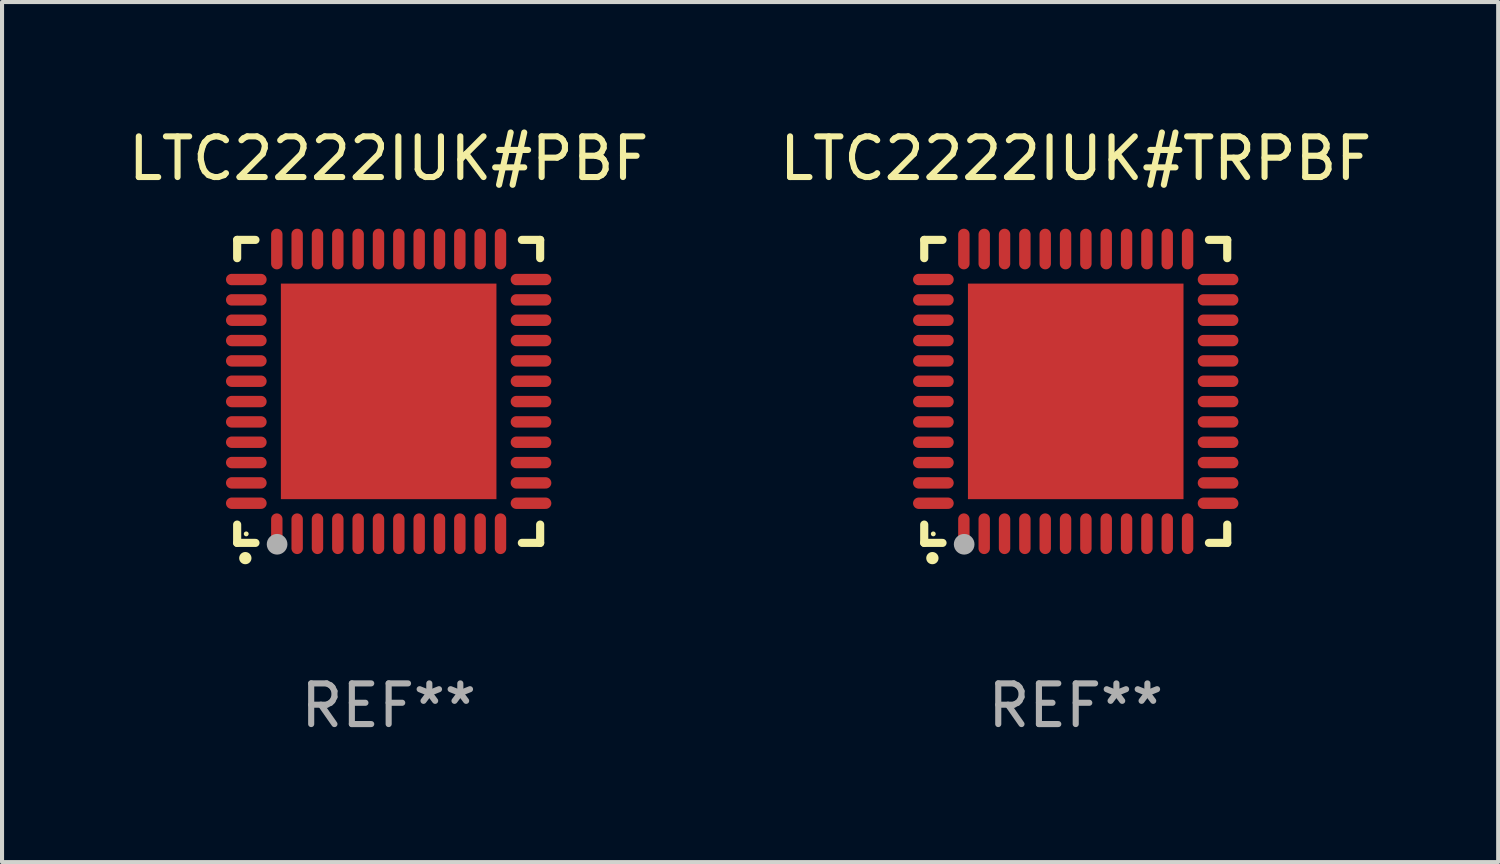
<source format=kicad_pcb>
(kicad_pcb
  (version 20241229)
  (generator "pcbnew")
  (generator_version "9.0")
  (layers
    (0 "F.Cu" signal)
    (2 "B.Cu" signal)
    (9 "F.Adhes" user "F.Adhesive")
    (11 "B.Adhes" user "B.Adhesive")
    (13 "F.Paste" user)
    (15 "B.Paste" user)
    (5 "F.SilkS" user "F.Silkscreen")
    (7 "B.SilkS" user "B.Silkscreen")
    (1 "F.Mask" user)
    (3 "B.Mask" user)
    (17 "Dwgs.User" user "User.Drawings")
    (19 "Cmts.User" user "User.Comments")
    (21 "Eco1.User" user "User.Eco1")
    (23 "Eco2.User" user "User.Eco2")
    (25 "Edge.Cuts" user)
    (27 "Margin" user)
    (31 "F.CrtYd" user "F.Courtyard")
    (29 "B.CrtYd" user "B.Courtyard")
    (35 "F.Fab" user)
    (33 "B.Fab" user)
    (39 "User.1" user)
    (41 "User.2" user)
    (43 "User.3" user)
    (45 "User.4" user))
  (footprint "LTC2222IUK#TRPBF"
    (layer "F.Cu")
    (at 23.399 6.573)
    (property "Reference" "LTC2222IUK#TRPBF" (at 0 -5.725 0) (layer "F.SilkS") (effects (font (size 1 1) (thickness 0.15))))
    (attr through_hole)
    (fp_line (start -3.725 -3.725) (end -3.275 -3.725) (stroke (width 0.2) (type solid)) (layer "F.SilkS"))
    (fp_line (start -3.725 -3.275) (end -3.725 -3.725) (stroke (width 0.2) (type solid)) (layer "F.SilkS"))
    (fp_line (start -3.725 3.725) (end -3.725 3.275) (stroke (width 0.2) (type solid)) (layer "F.SilkS"))
    (fp_line (start -3.275 3.725) (end -3.725 3.725) (stroke (width 0.2) (type solid)) (layer "F.SilkS"))
    (fp_line (start 3.275 3.725) (end 3.725 3.725) (stroke (width 0.2) (type solid)) (layer "F.SilkS"))
    (fp_line (start 3.725 -3.725) (end 3.275 -3.725) (stroke (width 0.2) (type solid)) (layer "F.SilkS"))
    (fp_line (start 3.725 -3.275) (end 3.725 -3.725) (stroke (width 0.2) (type solid)) (layer "F.SilkS"))
    (fp_line (start 3.725 3.725) (end 3.725 3.275) (stroke (width 0.2) (type solid)) (layer "F.SilkS"))
    (fp_arc (start -3.525527 4.099568) (mid -3.524257 4.099563) (end -3.522987 4.099568) (stroke (width 0.3) (type solid)) (layer "F.SilkS"))
    (fp_circle (center -3.502 3.504) (end -3.472 3.504) (stroke (width 0.06) (type solid)) (fill no) (layer "F.SilkS"))
    (fp_circle (center -2.743 3.759) (end -2.616 3.759) (stroke (width 0.254) (type solid)) (fill no) (layer "F.Fab"))
    (fp_text user "REF**" (at 0 7.725 0) (layer "F.Fab") (effects (font (size 1 1) (thickness 0.15))))
    (pad "1" smd oval (at -2.75 3.5) (size 0.28 1) (layers "F.Cu" "F.Mask" "F.Paste"))
    (pad "2" smd oval (at -2.25 3.5) (size 0.28 1) (layers "F.Cu" "F.Mask" "F.Paste"))
    (pad "3" smd oval (at -1.75 3.5) (size 0.28 1) (layers "F.Cu" "F.Mask" "F.Paste"))
    (pad "4" smd oval (at -1.25 3.5) (size 0.28 1) (layers "F.Cu" "F.Mask" "F.Paste"))
    (pad "5" smd oval (at -0.75 3.5) (size 0.28 1) (layers "F.Cu" "F.Mask" "F.Paste"))
    (pad "6" smd oval (at -0.25 3.5) (size 0.28 1) (layers "F.Cu" "F.Mask" "F.Paste"))
    (pad "7" smd oval (at 0.25 3.5) (size 0.28 1) (layers "F.Cu" "F.Mask" "F.Paste"))
    (pad "8" smd oval (at 0.75 3.5) (size 0.28 1) (layers "F.Cu" "F.Mask" "F.Paste"))
    (pad "9" smd oval (at 1.25 3.5) (size 0.28 1) (layers "F.Cu" "F.Mask" "F.Paste"))
    (pad "10" smd oval (at 1.75 3.5) (size 0.28 1) (layers "F.Cu" "F.Mask" "F.Paste"))
    (pad "11" smd oval (at 2.25 3.5) (size 0.28 1) (layers "F.Cu" "F.Mask" "F.Paste"))
    (pad "12" smd oval (at 2.75 3.5) (size 0.28 1) (layers "F.Cu" "F.Mask" "F.Paste"))
    (pad "13" smd oval (at 3.5 2.75) (size 1 0.28) (layers "F.Cu" "F.Mask" "F.Paste"))
    (pad "14" smd oval (at 3.5 2.25) (size 1 0.28) (layers "F.Cu" "F.Mask" "F.Paste"))
    (pad "15" smd oval (at 3.5 1.75) (size 1 0.28) (layers "F.Cu" "F.Mask" "F.Paste"))
    (pad "16" smd oval (at 3.5 1.25) (size 1 0.28) (layers "F.Cu" "F.Mask" "F.Paste"))
    (pad "17" smd oval (at 3.5 0.75) (size 1 0.28) (layers "F.Cu" "F.Mask" "F.Paste"))
    (pad "18" smd oval (at 3.5 0.25) (size 1 0.28) (layers "F.Cu" "F.Mask" "F.Paste"))
    (pad "19" smd oval (at 3.5 -0.25) (size 1 0.28) (layers "F.Cu" "F.Mask" "F.Paste"))
    (pad "20" smd oval (at 3.5 -0.75) (size 1 0.28) (layers "F.Cu" "F.Mask" "F.Paste"))
    (pad "21" smd oval (at 3.5 -1.25) (size 1 0.28) (layers "F.Cu" "F.Mask" "F.Paste"))
    (pad "22" smd oval (at 3.5 -1.75) (size 1 0.28) (layers "F.Cu" "F.Mask" "F.Paste"))
    (pad "23" smd oval (at 3.5 -2.25) (size 1 0.28) (layers "F.Cu" "F.Mask" "F.Paste"))
    (pad "24" smd oval (at 3.5 -2.75) (size 1 0.28) (layers "F.Cu" "F.Mask" "F.Paste"))
    (pad "25" smd oval (at 2.75 -3.5) (size 0.28 1) (layers "F.Cu" "F.Mask" "F.Paste"))
    (pad "26" smd oval (at 2.25 -3.5) (size 0.28 1) (layers "F.Cu" "F.Mask" "F.Paste"))
    (pad "27" smd oval (at 1.75 -3.5) (size 0.28 1) (layers "F.Cu" "F.Mask" "F.Paste"))
    (pad "28" smd oval (at 1.25 -3.5) (size 0.28 1) (layers "F.Cu" "F.Mask" "F.Paste"))
    (pad "29" smd oval (at 0.75 -3.5) (size 0.28 1) (layers "F.Cu" "F.Mask" "F.Paste"))
    (pad "30" smd oval (at 0.25 -3.5) (size 0.28 1) (layers "F.Cu" "F.Mask" "F.Paste"))
    (pad "31" smd oval (at -0.25 -3.5) (size 0.28 1) (layers "F.Cu" "F.Mask" "F.Paste"))
    (pad "32" smd oval (at -0.75 -3.5) (size 0.28 1) (layers "F.Cu" "F.Mask" "F.Paste"))
    (pad "33" smd oval (at -1.25 -3.5) (size 0.28 1) (layers "F.Cu" "F.Mask" "F.Paste"))
    (pad "34" smd oval (at -1.75 -3.5) (size 0.28 1) (layers "F.Cu" "F.Mask" "F.Paste"))
    (pad "35" smd oval (at -2.25 -3.5) (size 0.28 1) (layers "F.Cu" "F.Mask" "F.Paste"))
    (pad "36" smd oval (at -2.75 -3.5) (size 0.28 1) (layers "F.Cu" "F.Mask" "F.Paste"))
    (pad "37" smd oval (at -3.5 -2.75) (size 1 0.28) (layers "F.Cu" "F.Mask" "F.Paste"))
    (pad "38" smd oval (at -3.5 -2.25) (size 1 0.28) (layers "F.Cu" "F.Mask" "F.Paste"))
    (pad "39" smd oval (at -3.5 -1.75) (size 1 0.28) (layers "F.Cu" "F.Mask" "F.Paste"))
    (pad "40" smd oval (at -3.5 -1.25) (size 1 0.28) (layers "F.Cu" "F.Mask" "F.Paste"))
    (pad "41" smd oval (at -3.5 -0.75) (size 1 0.28) (layers "F.Cu" "F.Mask" "F.Paste"))
    (pad "42" smd oval (at -3.5 -0.25) (size 1 0.28) (layers "F.Cu" "F.Mask" "F.Paste"))
    (pad "43" smd oval (at -3.5 0.25) (size 1 0.28) (layers "F.Cu" "F.Mask" "F.Paste"))
    (pad "44" smd oval (at -3.5 0.75) (size 1 0.28) (layers "F.Cu" "F.Mask" "F.Paste"))
    (pad "45" smd oval (at -3.5 1.25) (size 1 0.28) (layers "F.Cu" "F.Mask" "F.Paste"))
    (pad "46" smd oval (at -3.5 1.75) (size 1 0.28) (layers "F.Cu" "F.Mask" "F.Paste"))
    (pad "47" smd oval (at -3.5 2.25) (size 1 0.28) (layers "F.Cu" "F.Mask" "F.Paste"))
    (pad "48" smd oval (at -3.5 2.75) (size 1 0.28) (layers "F.Cu" "F.Mask" "F.Paste"))
    (pad "49" smd rect (at 0 0) (size 5.3 5.3) (layers "F.Cu" "F.Mask" "F.Paste")))
  (footprint "LTC2222IUK#PBF"
    (layer "F.Cu")
    (at 6.506 6.573)
    (property "Reference" "LTC2222IUK#PBF" (at 0 -5.725 0) (layer "F.SilkS") (effects (font (size 1 1) (thickness 0.15))))
    (attr through_hole)
    (fp_line (start -3.725 -3.725) (end -3.275 -3.725) (stroke (width 0.2) (type solid)) (layer "F.SilkS"))
    (fp_line (start -3.725 -3.275) (end -3.725 -3.725) (stroke (width 0.2) (type solid)) (layer "F.SilkS"))
    (fp_line (start -3.725 3.725) (end -3.725 3.275) (stroke (width 0.2) (type solid)) (layer "F.SilkS"))
    (fp_line (start -3.275 3.725) (end -3.725 3.725) (stroke (width 0.2) (type solid)) (layer "F.SilkS"))
    (fp_line (start 3.275 3.725) (end 3.725 3.725) (stroke (width 0.2) (type solid)) (layer "F.SilkS"))
    (fp_line (start 3.725 -3.725) (end 3.275 -3.725) (stroke (width 0.2) (type solid)) (layer "F.SilkS"))
    (fp_line (start 3.725 -3.275) (end 3.725 -3.725) (stroke (width 0.2) (type solid)) (layer "F.SilkS"))
    (fp_line (start 3.725 3.725) (end 3.725 3.275) (stroke (width 0.2) (type solid)) (layer "F.SilkS"))
    (fp_arc (start -3.525527 4.099568) (mid -3.524257 4.099563) (end -3.522987 4.099568) (stroke (width 0.3) (type solid)) (layer "F.SilkS"))
    (fp_circle (center -3.502 3.504) (end -3.472 3.504) (stroke (width 0.06) (type solid)) (fill no) (layer "F.SilkS"))
    (fp_circle (center -2.743 3.759) (end -2.616 3.759) (stroke (width 0.254) (type solid)) (fill no) (layer "F.Fab"))
    (fp_text user "REF**" (at 0 7.725 0) (layer "F.Fab") (effects (font (size 1 1) (thickness 0.15))))
    (pad "1" smd oval (at -2.75 3.5) (size 0.28 1) (layers "F.Cu" "F.Mask" "F.Paste"))
    (pad "2" smd oval (at -2.25 3.5) (size 0.28 1) (layers "F.Cu" "F.Mask" "F.Paste"))
    (pad "3" smd oval (at -1.75 3.5) (size 0.28 1) (layers "F.Cu" "F.Mask" "F.Paste"))
    (pad "4" smd oval (at -1.25 3.5) (size 0.28 1) (layers "F.Cu" "F.Mask" "F.Paste"))
    (pad "5" smd oval (at -0.75 3.5) (size 0.28 1) (layers "F.Cu" "F.Mask" "F.Paste"))
    (pad "6" smd oval (at -0.25 3.5) (size 0.28 1) (layers "F.Cu" "F.Mask" "F.Paste"))
    (pad "7" smd oval (at 0.25 3.5) (size 0.28 1) (layers "F.Cu" "F.Mask" "F.Paste"))
    (pad "8" smd oval (at 0.75 3.5) (size 0.28 1) (layers "F.Cu" "F.Mask" "F.Paste"))
    (pad "9" smd oval (at 1.25 3.5) (size 0.28 1) (layers "F.Cu" "F.Mask" "F.Paste"))
    (pad "10" smd oval (at 1.75 3.5) (size 0.28 1) (layers "F.Cu" "F.Mask" "F.Paste"))
    (pad "11" smd oval (at 2.25 3.5) (size 0.28 1) (layers "F.Cu" "F.Mask" "F.Paste"))
    (pad "12" smd oval (at 2.75 3.5) (size 0.28 1) (layers "F.Cu" "F.Mask" "F.Paste"))
    (pad "13" smd oval (at 3.5 2.75) (size 1 0.28) (layers "F.Cu" "F.Mask" "F.Paste"))
    (pad "14" smd oval (at 3.5 2.25) (size 1 0.28) (layers "F.Cu" "F.Mask" "F.Paste"))
    (pad "15" smd oval (at 3.5 1.75) (size 1 0.28) (layers "F.Cu" "F.Mask" "F.Paste"))
    (pad "16" smd oval (at 3.5 1.25) (size 1 0.28) (layers "F.Cu" "F.Mask" "F.Paste"))
    (pad "17" smd oval (at 3.5 0.75) (size 1 0.28) (layers "F.Cu" "F.Mask" "F.Paste"))
    (pad "18" smd oval (at 3.5 0.25) (size 1 0.28) (layers "F.Cu" "F.Mask" "F.Paste"))
    (pad "19" smd oval (at 3.5 -0.25) (size 1 0.28) (layers "F.Cu" "F.Mask" "F.Paste"))
    (pad "20" smd oval (at 3.5 -0.75) (size 1 0.28) (layers "F.Cu" "F.Mask" "F.Paste"))
    (pad "21" smd oval (at 3.5 -1.25) (size 1 0.28) (layers "F.Cu" "F.Mask" "F.Paste"))
    (pad "22" smd oval (at 3.5 -1.75) (size 1 0.28) (layers "F.Cu" "F.Mask" "F.Paste"))
    (pad "23" smd oval (at 3.5 -2.25) (size 1 0.28) (layers "F.Cu" "F.Mask" "F.Paste"))
    (pad "24" smd oval (at 3.5 -2.75) (size 1 0.28) (layers "F.Cu" "F.Mask" "F.Paste"))
    (pad "25" smd oval (at 2.75 -3.5) (size 0.28 1) (layers "F.Cu" "F.Mask" "F.Paste"))
    (pad "26" smd oval (at 2.25 -3.5) (size 0.28 1) (layers "F.Cu" "F.Mask" "F.Paste"))
    (pad "27" smd oval (at 1.75 -3.5) (size 0.28 1) (layers "F.Cu" "F.Mask" "F.Paste"))
    (pad "28" smd oval (at 1.25 -3.5) (size 0.28 1) (layers "F.Cu" "F.Mask" "F.Paste"))
    (pad "29" smd oval (at 0.75 -3.5) (size 0.28 1) (layers "F.Cu" "F.Mask" "F.Paste"))
    (pad "30" smd oval (at 0.25 -3.5) (size 0.28 1) (layers "F.Cu" "F.Mask" "F.Paste"))
    (pad "31" smd oval (at -0.25 -3.5) (size 0.28 1) (layers "F.Cu" "F.Mask" "F.Paste"))
    (pad "32" smd oval (at -0.75 -3.5) (size 0.28 1) (layers "F.Cu" "F.Mask" "F.Paste"))
    (pad "33" smd oval (at -1.25 -3.5) (size 0.28 1) (layers "F.Cu" "F.Mask" "F.Paste"))
    (pad "34" smd oval (at -1.75 -3.5) (size 0.28 1) (layers "F.Cu" "F.Mask" "F.Paste"))
    (pad "35" smd oval (at -2.25 -3.5) (size 0.28 1) (layers "F.Cu" "F.Mask" "F.Paste"))
    (pad "36" smd oval (at -2.75 -3.5) (size 0.28 1) (layers "F.Cu" "F.Mask" "F.Paste"))
    (pad "37" smd oval (at -3.5 -2.75) (size 1 0.28) (layers "F.Cu" "F.Mask" "F.Paste"))
    (pad "38" smd oval (at -3.5 -2.25) (size 1 0.28) (layers "F.Cu" "F.Mask" "F.Paste"))
    (pad "39" smd oval (at -3.5 -1.75) (size 1 0.28) (layers "F.Cu" "F.Mask" "F.Paste"))
    (pad "40" smd oval (at -3.5 -1.25) (size 1 0.28) (layers "F.Cu" "F.Mask" "F.Paste"))
    (pad "41" smd oval (at -3.5 -0.75) (size 1 0.28) (layers "F.Cu" "F.Mask" "F.Paste"))
    (pad "42" smd oval (at -3.5 -0.25) (size 1 0.28) (layers "F.Cu" "F.Mask" "F.Paste"))
    (pad "43" smd oval (at -3.5 0.25) (size 1 0.28) (layers "F.Cu" "F.Mask" "F.Paste"))
    (pad "44" smd oval (at -3.5 0.75) (size 1 0.28) (layers "F.Cu" "F.Mask" "F.Paste"))
    (pad "45" smd oval (at -3.5 1.25) (size 1 0.28) (layers "F.Cu" "F.Mask" "F.Paste"))
    (pad "46" smd oval (at -3.5 1.75) (size 1 0.28) (layers "F.Cu" "F.Mask" "F.Paste"))
    (pad "47" smd oval (at -3.5 2.25) (size 1 0.28) (layers "F.Cu" "F.Mask" "F.Paste"))
    (pad "48" smd oval (at -3.5 2.75) (size 1 0.28) (layers "F.Cu" "F.Mask" "F.Paste"))
    (pad "49" smd rect (at 0 0) (size 5.3 5.3) (layers "F.Cu" "F.Mask" "F.Paste")))
  (gr_rect
    (start -3 -3)
    (end 33.786 18.146)
    (stroke (width 0.1) (type default))
    (fill no)
    (layer "Edge.Cuts")))
</source>
